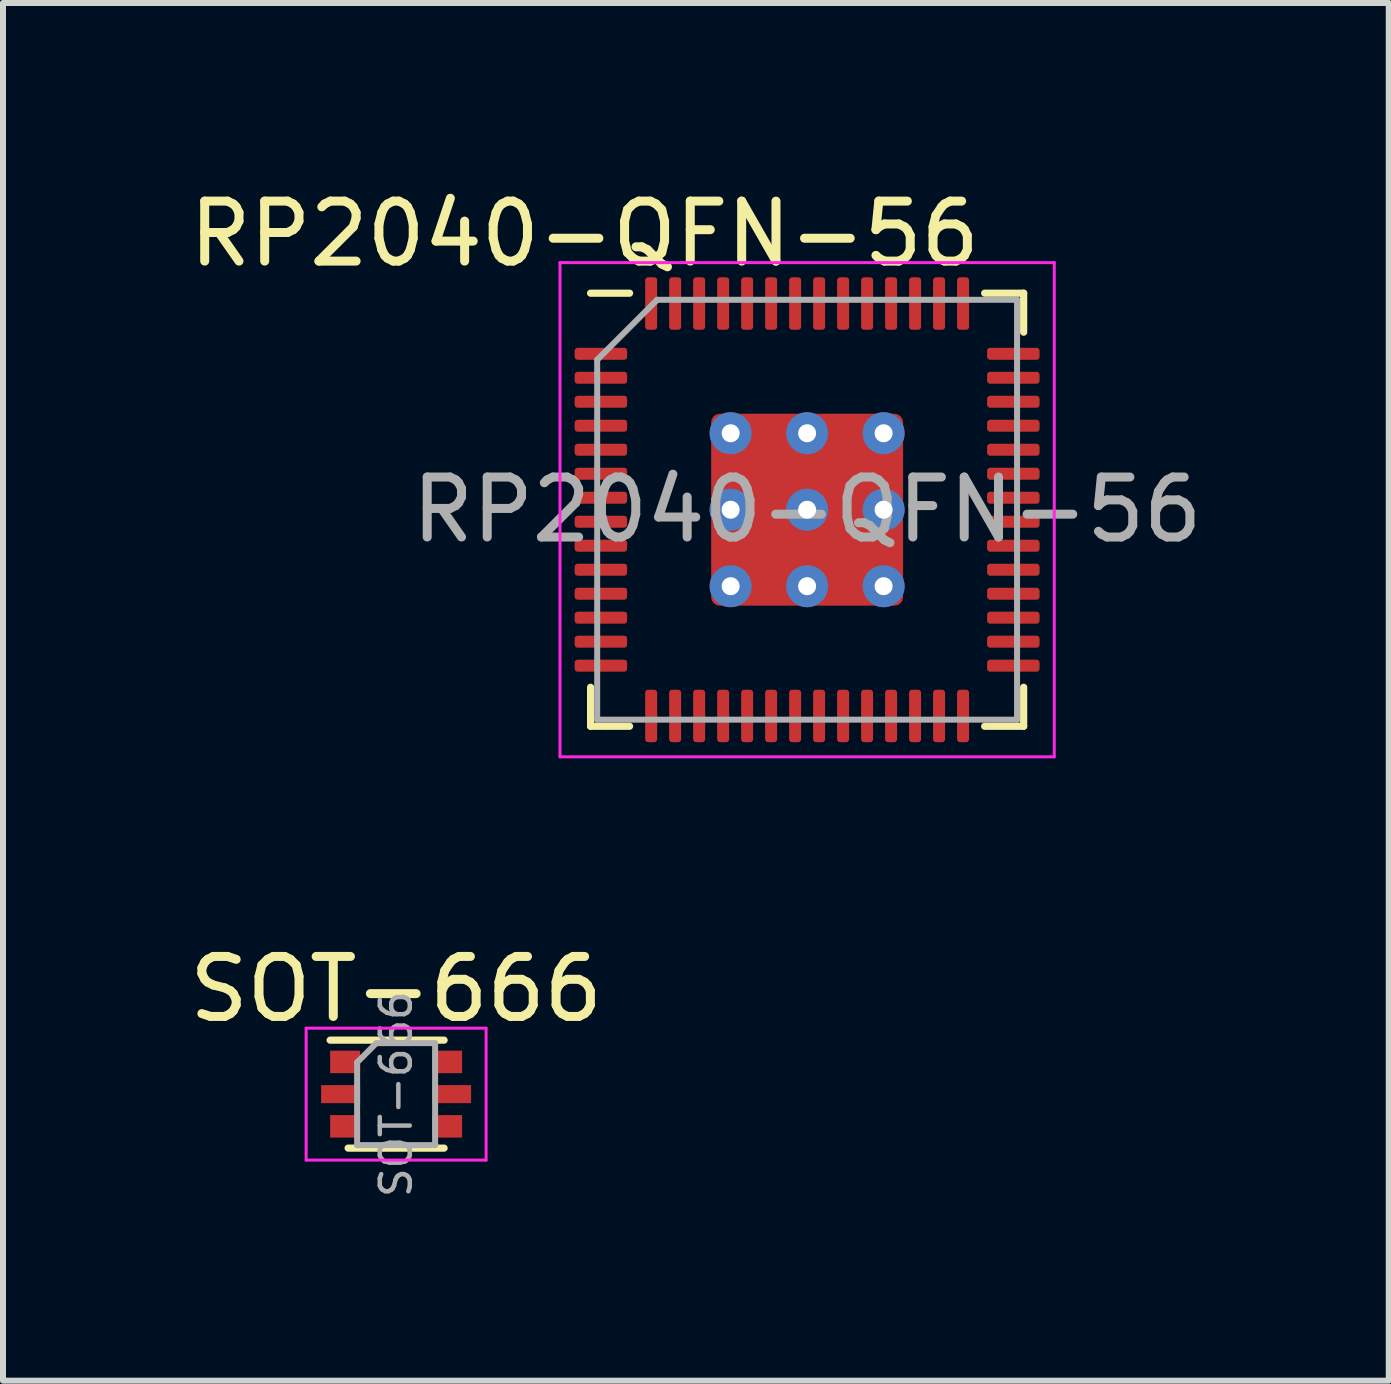
<source format=kicad_pcb>
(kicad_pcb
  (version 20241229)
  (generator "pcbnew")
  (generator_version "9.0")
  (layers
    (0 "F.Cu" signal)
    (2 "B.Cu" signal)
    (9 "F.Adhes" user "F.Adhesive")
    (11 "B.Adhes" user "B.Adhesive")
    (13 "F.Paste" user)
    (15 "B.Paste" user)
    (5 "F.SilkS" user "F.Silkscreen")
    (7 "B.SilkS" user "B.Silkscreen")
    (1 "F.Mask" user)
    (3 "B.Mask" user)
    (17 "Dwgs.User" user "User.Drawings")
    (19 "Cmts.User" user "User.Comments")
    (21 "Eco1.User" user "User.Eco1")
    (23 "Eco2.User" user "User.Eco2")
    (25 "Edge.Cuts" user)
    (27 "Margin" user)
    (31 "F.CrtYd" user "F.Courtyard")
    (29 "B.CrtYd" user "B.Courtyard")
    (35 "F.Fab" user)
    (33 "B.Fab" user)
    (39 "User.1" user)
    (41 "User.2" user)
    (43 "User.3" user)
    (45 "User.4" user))
  (footprint "RP2040-QFN-56"
    (layer "F.Cu")
    (at 10.406 5.448)
    (property "Reference" "RP2040-QFN-56" (at -3.71 -4.6 180) (layer "F.SilkS") (effects (font (size 1 1) (thickness 0.15))))
    (attr smd)
    (fp_line (start -3.61 3.61) (end -3.61 2.96) (stroke (width 0.12) (type solid)) (layer "F.SilkS"))
    (fp_line (start -2.96 -3.61) (end -3.61 -3.61) (stroke (width 0.12) (type solid)) (layer "F.SilkS"))
    (fp_line (start -2.96 3.61) (end -3.61 3.61) (stroke (width 0.12) (type solid)) (layer "F.SilkS"))
    (fp_line (start 2.96 -3.61) (end 3.61 -3.61) (stroke (width 0.12) (type solid)) (layer "F.SilkS"))
    (fp_line (start 2.96 3.61) (end 3.61 3.61) (stroke (width 0.12) (type solid)) (layer "F.SilkS"))
    (fp_line (start 3.61 -3.61) (end 3.61 -2.96) (stroke (width 0.12) (type solid)) (layer "F.SilkS"))
    (fp_line (start 3.61 3.61) (end 3.61 2.96) (stroke (width 0.12) (type solid)) (layer "F.SilkS"))
    (fp_line (start -4.12 -4.12) (end -4.12 4.12) (stroke (width 0.05) (type solid)) (layer "F.CrtYd"))
    (fp_line (start -4.12 4.12) (end 4.12 4.12) (stroke (width 0.05) (type solid)) (layer "F.CrtYd"))
    (fp_line (start 4.12 -4.12) (end -4.12 -4.12) (stroke (width 0.05) (type solid)) (layer "F.CrtYd"))
    (fp_line (start 4.12 4.12) (end 4.12 -4.12) (stroke (width 0.05) (type solid)) (layer "F.CrtYd"))
    (fp_line (start -3.5 -2.5) (end -2.5 -3.5) (stroke (width 0.1) (type solid)) (layer "F.Fab"))
    (fp_line (start -3.5 3.5) (end -3.5 -2.5) (stroke (width 0.1) (type solid)) (layer "F.Fab"))
    (fp_line (start -2.5 -3.5) (end 3.5 -3.5) (stroke (width 0.1) (type solid)) (layer "F.Fab"))
    (fp_line (start 3.5 -3.5) (end 3.5 3.5) (stroke (width 0.1) (type solid)) (layer "F.Fab"))
    (fp_line (start 3.5 3.5) (end -3.5 3.5) (stroke (width 0.1) (type solid)) (layer "F.Fab"))
    (fp_text user "${REFERENCE}" (at 0 0 180) (layer "F.Fab") (effects (font (size 1 1) (thickness 0.15))))
    (pad "" smd roundrect (at -0.637 -0.637) (size 1.084 1.084) (layers "F.Paste") (roundrect_rratio 0.231))
    (pad "" smd roundrect (at -0.637 0.637) (size 1.084 1.084) (layers "F.Paste") (roundrect_rratio 0.231))
    (pad "" smd roundrect (at 0.637 -0.637) (size 1.084 1.084) (layers "F.Paste") (roundrect_rratio 0.231))
    (pad "" smd roundrect (at 0.637 0.637) (size 1.084 1.084) (layers "F.Paste") (roundrect_rratio 0.231))
    (pad "1" smd roundrect (at -3.438 -2.6) (size 0.875 0.2) (layers "F.Cu" "F.Mask" "F.Paste") (roundrect_rratio 0.25))
    (pad "2" smd roundrect (at -3.438 -2.2) (size 0.875 0.2) (layers "F.Cu" "F.Mask" "F.Paste") (roundrect_rratio 0.25))
    (pad "3" smd roundrect (at -3.438 -1.8) (size 0.875 0.2) (layers "F.Cu" "F.Mask" "F.Paste") (roundrect_rratio 0.25))
    (pad "4" smd roundrect (at -3.438 -1.4) (size 0.875 0.2) (layers "F.Cu" "F.Mask" "F.Paste") (roundrect_rratio 0.25))
    (pad "5" smd roundrect (at -3.438 -1) (size 0.875 0.2) (layers "F.Cu" "F.Mask" "F.Paste") (roundrect_rratio 0.25))
    (pad "6" smd roundrect (at -3.438 -0.6) (size 0.875 0.2) (layers "F.Cu" "F.Mask" "F.Paste") (roundrect_rratio 0.25))
    (pad "7" smd roundrect (at -3.438 -0.2) (size 0.875 0.2) (layers "F.Cu" "F.Mask" "F.Paste") (roundrect_rratio 0.25))
    (pad "8" smd roundrect (at -3.438 0.2) (size 0.875 0.2) (layers "F.Cu" "F.Mask" "F.Paste") (roundrect_rratio 0.25))
    (pad "9" smd roundrect (at -3.438 0.6) (size 0.875 0.2) (layers "F.Cu" "F.Mask" "F.Paste") (roundrect_rratio 0.25))
    (pad "10" smd roundrect (at -3.438 1) (size 0.875 0.2) (layers "F.Cu" "F.Mask" "F.Paste") (roundrect_rratio 0.25))
    (pad "11" smd roundrect (at -3.438 1.4) (size 0.875 0.2) (layers "F.Cu" "F.Mask" "F.Paste") (roundrect_rratio 0.25))
    (pad "12" smd roundrect (at -3.438 1.8) (size 0.875 0.2) (layers "F.Cu" "F.Mask" "F.Paste") (roundrect_rratio 0.25))
    (pad "13" smd roundrect (at -3.438 2.2) (size 0.875 0.2) (layers "F.Cu" "F.Mask" "F.Paste") (roundrect_rratio 0.25))
    (pad "14" smd roundrect (at -3.438 2.6) (size 0.875 0.2) (layers "F.Cu" "F.Mask" "F.Paste") (roundrect_rratio 0.25))
    (pad "15" smd roundrect (at -2.6 3.438) (size 0.2 0.875) (layers "F.Cu" "F.Mask" "F.Paste") (roundrect_rratio 0.25))
    (pad "16" smd roundrect (at -2.2 3.438) (size 0.2 0.875) (layers "F.Cu" "F.Mask" "F.Paste") (roundrect_rratio 0.25))
    (pad "17" smd roundrect (at -1.8 3.438) (size 0.2 0.875) (layers "F.Cu" "F.Mask" "F.Paste") (roundrect_rratio 0.25))
    (pad "18" smd roundrect (at -1.4 3.438) (size 0.2 0.875) (layers "F.Cu" "F.Mask" "F.Paste") (roundrect_rratio 0.25))
    (pad "19" smd roundrect (at -1 3.438) (size 0.2 0.875) (layers "F.Cu" "F.Mask" "F.Paste") (roundrect_rratio 0.25))
    (pad "20" smd roundrect (at -0.6 3.438) (size 0.2 0.875) (layers "F.Cu" "F.Mask" "F.Paste") (roundrect_rratio 0.25))
    (pad "21" smd roundrect (at -0.2 3.438) (size 0.2 0.875) (layers "F.Cu" "F.Mask" "F.Paste") (roundrect_rratio 0.25))
    (pad "22" smd roundrect (at 0.2 3.438) (size 0.2 0.875) (layers "F.Cu" "F.Mask" "F.Paste") (roundrect_rratio 0.25))
    (pad "23" smd roundrect (at 0.6 3.438) (size 0.2 0.875) (layers "F.Cu" "F.Mask" "F.Paste") (roundrect_rratio 0.25))
    (pad "24" smd roundrect (at 1 3.438) (size 0.2 0.875) (layers "F.Cu" "F.Mask" "F.Paste") (roundrect_rratio 0.25))
    (pad "25" smd roundrect (at 1.4 3.438) (size 0.2 0.875) (layers "F.Cu" "F.Mask" "F.Paste") (roundrect_rratio 0.25))
    (pad "26" smd roundrect (at 1.8 3.438) (size 0.2 0.875) (layers "F.Cu" "F.Mask" "F.Paste") (roundrect_rratio 0.25))
    (pad "27" smd roundrect (at 2.2 3.438) (size 0.2 0.875) (layers "F.Cu" "F.Mask" "F.Paste") (roundrect_rratio 0.25))
    (pad "28" smd roundrect (at 2.6 3.438) (size 0.2 0.875) (layers "F.Cu" "F.Mask" "F.Paste") (roundrect_rratio 0.25))
    (pad "29" smd roundrect (at 3.438 2.6) (size 0.875 0.2) (layers "F.Cu" "F.Mask" "F.Paste") (roundrect_rratio 0.25))
    (pad "30" smd roundrect (at 3.438 2.2) (size 0.875 0.2) (layers "F.Cu" "F.Mask" "F.Paste") (roundrect_rratio 0.25))
    (pad "31" smd roundrect (at 3.438 1.8) (size 0.875 0.2) (layers "F.Cu" "F.Mask" "F.Paste") (roundrect_rratio 0.25))
    (pad "32" smd roundrect (at 3.438 1.4) (size 0.875 0.2) (layers "F.Cu" "F.Mask" "F.Paste") (roundrect_rratio 0.25))
    (pad "33" smd roundrect (at 3.438 1) (size 0.875 0.2) (layers "F.Cu" "F.Mask" "F.Paste") (roundrect_rratio 0.25))
    (pad "34" smd roundrect (at 3.438 0.6) (size 0.875 0.2) (layers "F.Cu" "F.Mask" "F.Paste") (roundrect_rratio 0.25))
    (pad "35" smd roundrect (at 3.438 0.2) (size 0.875 0.2) (layers "F.Cu" "F.Mask" "F.Paste") (roundrect_rratio 0.25))
    (pad "36" smd roundrect (at 3.438 -0.2) (size 0.875 0.2) (layers "F.Cu" "F.Mask" "F.Paste") (roundrect_rratio 0.25))
    (pad "37" smd roundrect (at 3.438 -0.6) (size 0.875 0.2) (layers "F.Cu" "F.Mask" "F.Paste") (roundrect_rratio 0.25))
    (pad "38" smd roundrect (at 3.438 -1) (size 0.875 0.2) (layers "F.Cu" "F.Mask" "F.Paste") (roundrect_rratio 0.25))
    (pad "39" smd roundrect (at 3.438 -1.4) (size 0.875 0.2) (layers "F.Cu" "F.Mask" "F.Paste") (roundrect_rratio 0.25))
    (pad "40" smd roundrect (at 3.438 -1.8) (size 0.875 0.2) (layers "F.Cu" "F.Mask" "F.Paste") (roundrect_rratio 0.25))
    (pad "41" smd roundrect (at 3.438 -2.2) (size 0.875 0.2) (layers "F.Cu" "F.Mask" "F.Paste") (roundrect_rratio 0.25))
    (pad "42" smd roundrect (at 3.438 -2.6) (size 0.875 0.2) (layers "F.Cu" "F.Mask" "F.Paste") (roundrect_rratio 0.25))
    (pad "43" smd roundrect (at 2.6 -3.438) (size 0.2 0.875) (layers "F.Cu" "F.Mask" "F.Paste") (roundrect_rratio 0.25))
    (pad "44" smd roundrect (at 2.2 -3.438) (size 0.2 0.875) (layers "F.Cu" "F.Mask" "F.Paste") (roundrect_rratio 0.25))
    (pad "45" smd roundrect (at 1.8 -3.438) (size 0.2 0.875) (layers "F.Cu" "F.Mask" "F.Paste") (roundrect_rratio 0.25))
    (pad "46" smd roundrect (at 1.4 -3.438) (size 0.2 0.875) (layers "F.Cu" "F.Mask" "F.Paste") (roundrect_rratio 0.25))
    (pad "47" smd roundrect (at 1 -3.438) (size 0.2 0.875) (layers "F.Cu" "F.Mask" "F.Paste") (roundrect_rratio 0.25))
    (pad "48" smd roundrect (at 0.6 -3.438) (size 0.2 0.875) (layers "F.Cu" "F.Mask" "F.Paste") (roundrect_rratio 0.25))
    (pad "49" smd roundrect (at 0.2 -3.438) (size 0.2 0.875) (layers "F.Cu" "F.Mask" "F.Paste") (roundrect_rratio 0.25))
    (pad "50" smd roundrect (at -0.2 -3.438) (size 0.2 0.875) (layers "F.Cu" "F.Mask" "F.Paste") (roundrect_rratio 0.25))
    (pad "51" smd roundrect (at -0.6 -3.438) (size 0.2 0.875) (layers "F.Cu" "F.Mask" "F.Paste") (roundrect_rratio 0.25))
    (pad "52" smd roundrect (at -1 -3.438) (size 0.2 0.875) (layers "F.Cu" "F.Mask" "F.Paste") (roundrect_rratio 0.25))
    (pad "53" smd roundrect (at -1.4 -3.438) (size 0.2 0.875) (layers "F.Cu" "F.Mask" "F.Paste") (roundrect_rratio 0.25))
    (pad "54" smd roundrect (at -1.8 -3.438) (size 0.2 0.875) (layers "F.Cu" "F.Mask" "F.Paste") (roundrect_rratio 0.25))
    (pad "55" smd roundrect (at -2.2 -3.438) (size 0.2 0.875) (layers "F.Cu" "F.Mask" "F.Paste") (roundrect_rratio 0.25))
    (pad "56" smd roundrect (at -2.6 -3.438) (size 0.2 0.875) (layers "F.Cu" "F.Mask" "F.Paste") (roundrect_rratio 0.25))
    (pad "57" thru_hole circle (at -1.275 -1.275) (size 0.7 0.7) (drill 0.3) (layers "*.Cu"))
    (pad "57" thru_hole circle (at -1.275 0) (size 0.7 0.7) (drill 0.3) (layers "*.Cu"))
    (pad "57" thru_hole circle (at -1.275 1.275) (size 0.7 0.7) (drill 0.3) (layers "*.Cu"))
    (pad "57" thru_hole circle (at 0 -1.275) (size 0.7 0.7) (drill 0.3) (layers "*.Cu"))
    (pad "57" thru_hole circle (at 0 0) (size 0.7 0.7) (drill 0.3) (layers "*.Cu"))
    (pad "57" smd roundrect (at 0 0) (size 3.2 3.2) (layers "F.Cu" "F.Mask") (roundrect_rratio 0.045))
    (pad "57" thru_hole circle (at 0 1.275) (size 0.7 0.7) (drill 0.3) (layers "*.Cu"))
    (pad "57" thru_hole circle (at 1.275 -1.275) (size 0.7 0.7) (drill 0.3) (layers "*.Cu"))
    (pad "57" thru_hole circle (at 1.275 0) (size 0.7 0.7) (drill 0.3) (layers "*.Cu"))
    (pad "57" thru_hole circle (at 1.275 1.275) (size 0.7 0.7) (drill 0.3) (layers "*.Cu")))
  (footprint "SOT-666"
    (layer "F.Cu")
    (at 3.554 15.191)
    (property "Reference" "SOT-666" (at 0 -1.75 180) (layer "F.SilkS") (effects (font (size 1 1) (thickness 0.15))))
    (attr smd)
    (fp_line (start -0.8 0.9) (end 0.8 0.9) (stroke (width 0.12) (type solid)) (layer "F.SilkS"))
    (fp_line (start 0.8 -0.9) (end -1.1 -0.9) (stroke (width 0.12) (type solid)) (layer "F.SilkS"))
    (fp_line (start -1.5 -1.1) (end -1.5 1.1) (stroke (width 0.05) (type solid)) (layer "F.CrtYd"))
    (fp_line (start -1.5 -1.1) (end 1.5 -1.1) (stroke (width 0.05) (type solid)) (layer "F.CrtYd"))
    (fp_line (start -1.5 1.1) (end 1.5 1.1) (stroke (width 0.05) (type solid)) (layer "F.CrtYd"))
    (fp_line (start 1.5 1.1) (end 1.5 -1.1) (stroke (width 0.05) (type solid)) (layer "F.CrtYd"))
    (fp_line (start -0.65 -0.53) (end -0.65 0.85) (stroke (width 0.1) (type solid)) (layer "F.Fab"))
    (fp_line (start -0.65 -0.53) (end -0.33 -0.85) (stroke (width 0.1) (type solid)) (layer "F.Fab"))
    (fp_line (start 0.65 -0.85) (end -0.33 -0.85) (stroke (width 0.1) (type solid)) (layer "F.Fab"))
    (fp_line (start 0.65 -0.85) (end 0.65 0.85) (stroke (width 0.1) (type solid)) (layer "F.Fab"))
    (fp_line (start 0.65 0.85) (end -0.65 0.85) (stroke (width 0.1) (type solid)) (layer "F.Fab"))
    (fp_text user "${REFERENCE}" (at 0 0 90) (layer "F.Fab") (effects (font (size 0.5 0.5) (thickness 0.075))))
    (pad "1" smd rect (at -0.85 -0.537) (size 0.5 0.375) (layers "F.Cu" "F.Mask" "F.Paste"))
    (pad "2" smd rect (at -0.925 0) (size 0.65 0.3) (layers "F.Cu" "F.Mask" "F.Paste"))
    (pad "3" smd rect (at -0.85 0.537) (size 0.5 0.375) (layers "F.Cu" "F.Mask" "F.Paste"))
    (pad "4" smd rect (at 0.85 0.537) (size 0.5 0.375) (layers "F.Cu" "F.Mask" "F.Paste"))
    (pad "5" smd rect (at 0.925 0) (size 0.65 0.3) (layers "F.Cu" "F.Mask" "F.Paste"))
    (pad "6" smd rect (at 0.85 -0.537) (size 0.5 0.375) (layers "F.Cu" "F.Mask" "F.Paste")))
  (gr_rect
    (start -3 -3)
    (end 20.103 19.968)
    (stroke (width 0.1) (type default))
    (fill no)
    (layer "Edge.Cuts")))
</source>
